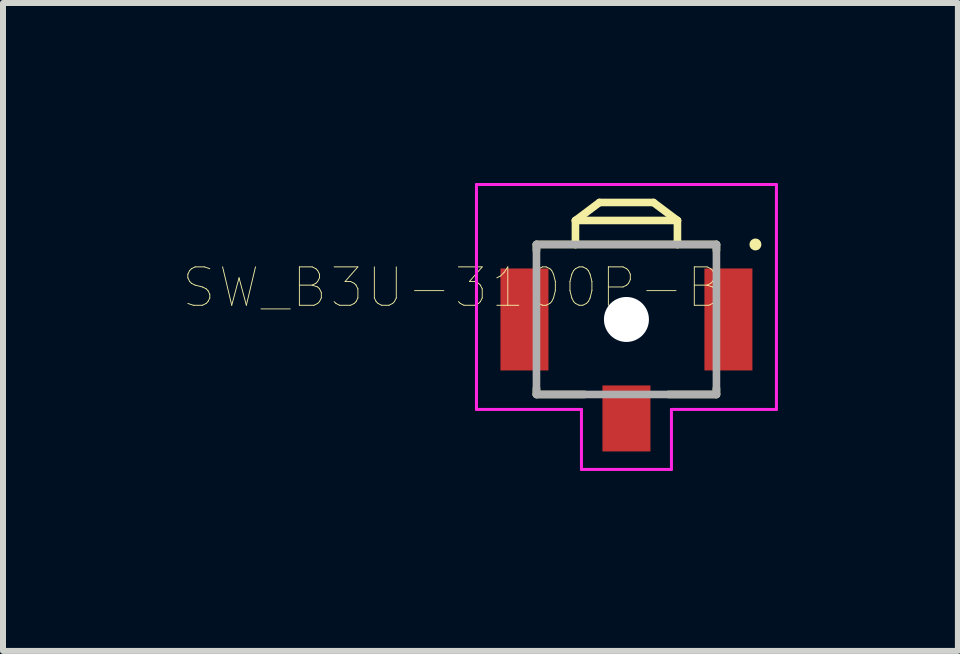
<source format=kicad_pcb>
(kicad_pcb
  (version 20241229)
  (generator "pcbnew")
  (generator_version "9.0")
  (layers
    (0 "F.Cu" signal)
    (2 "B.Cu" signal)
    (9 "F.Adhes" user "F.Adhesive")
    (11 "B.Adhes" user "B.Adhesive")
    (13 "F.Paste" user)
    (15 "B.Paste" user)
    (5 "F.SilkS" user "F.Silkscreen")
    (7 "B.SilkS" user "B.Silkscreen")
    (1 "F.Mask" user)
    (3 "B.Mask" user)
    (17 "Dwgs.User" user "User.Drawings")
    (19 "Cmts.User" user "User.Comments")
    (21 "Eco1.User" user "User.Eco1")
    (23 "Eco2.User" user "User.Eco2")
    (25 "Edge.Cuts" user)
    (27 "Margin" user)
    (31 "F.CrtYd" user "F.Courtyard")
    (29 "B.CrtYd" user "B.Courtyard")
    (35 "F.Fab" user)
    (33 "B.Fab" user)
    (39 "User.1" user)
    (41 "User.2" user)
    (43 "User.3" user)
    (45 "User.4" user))
  (footprint "SW_B3U-3100P-B"
    (layer "F.Cu")
    (at 7.392 2.275)
    (property "Reference" "SW_B3U-3100P-B" (at -2.907 -0.532 180) (layer "F.SilkS") (effects (font (size 0.64 0.64) (thickness 0.015))))
    (attr through_hole)
    (fp_line (start -1.5 -1.25) (end -0.85 -1.25) (stroke (width 0.127) (type solid)) (layer "F.SilkS"))
    (fp_line (start -1.5 -1.15) (end -1.5 -1.25) (stroke (width 0.127) (type solid)) (layer "F.SilkS"))
    (fp_line (start -1.5 1.15) (end -1.5 1.25) (stroke (width 0.127) (type solid)) (layer "F.SilkS"))
    (fp_line (start -1.5 1.25) (end -0.7 1.25) (stroke (width 0.127) (type solid)) (layer "F.SilkS"))
    (fp_line (start -0.85 -1.65) (end -0.85 -1.25) (stroke (width 0.127) (type solid)) (layer "F.SilkS"))
    (fp_line (start -0.85 -1.65) (end 0.85 -1.65) (stroke (width 0.127) (type solid)) (layer "F.SilkS"))
    (fp_line (start -0.85 -1.25) (end 0.85 -1.25) (stroke (width 0.127) (type solid)) (layer "F.SilkS"))
    (fp_line (start -0.45 -1.95) (end -0.85 -1.65) (stroke (width 0.127) (type solid)) (layer "F.SilkS"))
    (fp_line (start -0.45 -1.95) (end 0.45 -1.95) (stroke (width 0.127) (type solid)) (layer "F.SilkS"))
    (fp_line (start 0.45 -1.95) (end 0.85 -1.65) (stroke (width 0.127) (type solid)) (layer "F.SilkS"))
    (fp_line (start 0.85 -1.65) (end 0.85 -1.25) (stroke (width 0.127) (type solid)) (layer "F.SilkS"))
    (fp_line (start 0.85 -1.25) (end 1.5 -1.25) (stroke (width 0.127) (type solid)) (layer "F.SilkS"))
    (fp_line (start 1.5 -1.25) (end 1.5 -1.15) (stroke (width 0.127) (type solid)) (layer "F.SilkS"))
    (fp_line (start 1.5 1.15) (end 1.5 1.25) (stroke (width 0.127) (type solid)) (layer "F.SilkS"))
    (fp_line (start 1.5 1.25) (end 0.7 1.25) (stroke (width 0.127) (type solid)) (layer "F.SilkS"))
    (fp_circle (center 2.15 -1.25) (end 2.2 -1.25) (stroke (width 0.1) (type solid)) (fill no) (layer "F.SilkS"))
    (fp_line (start -2.5 -2.25) (end 2.5 -2.25) (stroke (width 0.05) (type solid)) (layer "F.CrtYd"))
    (fp_line (start -2.5 1.5) (end -2.5 -2.25) (stroke (width 0.05) (type solid)) (layer "F.CrtYd"))
    (fp_line (start -0.75 1.5) (end -2.5 1.5) (stroke (width 0.05) (type solid)) (layer "F.CrtYd"))
    (fp_line (start -0.75 2.5) (end -0.75 1.5) (stroke (width 0.05) (type solid)) (layer "F.CrtYd"))
    (fp_line (start 0.75 1.5) (end 0.75 2.5) (stroke (width 0.05) (type solid)) (layer "F.CrtYd"))
    (fp_line (start 0.75 2.5) (end -0.75 2.5) (stroke (width 0.05) (type solid)) (layer "F.CrtYd"))
    (fp_line (start 2.5 -2.25) (end 2.5 1.5) (stroke (width 0.05) (type solid)) (layer "F.CrtYd"))
    (fp_line (start 2.5 1.5) (end 0.75 1.5) (stroke (width 0.05) (type solid)) (layer "F.CrtYd"))
    (fp_line (start -1.5 -1.25) (end 1.5 -1.25) (stroke (width 0.127) (type solid)) (layer "F.Fab"))
    (fp_line (start -1.5 1.25) (end -1.5 -1.25) (stroke (width 0.127) (type solid)) (layer "F.Fab"))
    (fp_line (start 1.5 -1.25) (end 1.5 1.25) (stroke (width 0.127) (type solid)) (layer "F.Fab"))
    (fp_line (start 1.5 1.25) (end -1.5 1.25) (stroke (width 0.127) (type solid)) (layer "F.Fab"))
    (pad "" np_thru_hole circle (at 0 0) (size 0.75 0.75) (drill 0.75) (layers "*.Cu" "*.Mask"))
    (pad "1" smd rect (at 1.7 0) (size 0.8 1.7) (layers "F.Cu" "F.Mask" "F.Paste"))
    (pad "2" smd rect (at -1.7 0) (size 0.8 1.7) (layers "F.Cu" "F.Mask" "F.Paste"))
    (pad "3" smd rect (at 0 1.65) (size 0.8 1.1) (layers "F.Cu" "F.Mask" "F.Paste")))
  (gr_rect
    (start -3 -3)
    (end 12.917 7.8)
    (stroke (width 0.1) (type default))
    (fill no)
    (layer "Edge.Cuts")))
</source>
